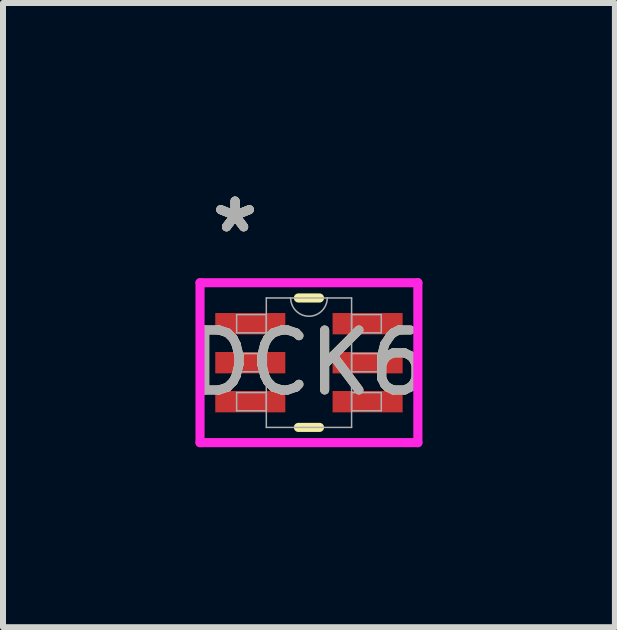
<source format=kicad_pcb>
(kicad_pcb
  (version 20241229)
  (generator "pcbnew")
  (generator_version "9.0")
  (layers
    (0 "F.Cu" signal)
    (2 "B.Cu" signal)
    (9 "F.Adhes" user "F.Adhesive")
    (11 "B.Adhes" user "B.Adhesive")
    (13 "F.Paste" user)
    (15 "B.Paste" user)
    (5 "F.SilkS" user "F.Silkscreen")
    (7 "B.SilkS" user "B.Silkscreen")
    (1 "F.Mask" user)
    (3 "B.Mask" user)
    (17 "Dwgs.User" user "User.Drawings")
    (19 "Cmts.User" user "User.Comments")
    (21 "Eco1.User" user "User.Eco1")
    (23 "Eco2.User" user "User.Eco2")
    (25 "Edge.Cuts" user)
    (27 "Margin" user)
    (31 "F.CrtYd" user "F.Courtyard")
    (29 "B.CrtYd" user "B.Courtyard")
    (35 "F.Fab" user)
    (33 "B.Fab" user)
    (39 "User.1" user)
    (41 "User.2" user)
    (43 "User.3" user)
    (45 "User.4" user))
  (footprint "DCK6"
    (layer "F.Cu")
    (at 2.101 2.997)
    (property "Reference" "DCK6" (at 0 0 0) (unlocked yes) (layer "F.SilkS") (effects (font (size 1 1) (thickness 0.15))))
    (attr smd)
    (fp_line (start -0.176 1.079) (end 0.176 1.079) (stroke (width 0.152) (type solid)) (layer "F.SilkS"))
    (fp_line (start 0.176 -1.079) (end -0.176 -1.079) (stroke (width 0.152) (type solid)) (layer "F.SilkS"))
    (fp_line (start -1.816 -1.333) (end 1.816 -1.333) (stroke (width 0.152) (type solid)) (layer "F.CrtYd"))
    (fp_line (start -1.816 1.333) (end -1.816 -1.333) (stroke (width 0.152) (type solid)) (layer "F.CrtYd"))
    (fp_line (start 1.816 -1.333) (end 1.816 1.333) (stroke (width 0.152) (type solid)) (layer "F.CrtYd"))
    (fp_line (start 1.816 1.333) (end -1.816 1.333) (stroke (width 0.152) (type solid)) (layer "F.CrtYd"))
    (fp_line (start -1.206 -0.802) (end -1.206 -0.498) (stroke (width 0.025) (type solid)) (layer "F.Fab"))
    (fp_line (start -1.206 -0.498) (end -0.711 -0.498) (stroke (width 0.025) (type solid)) (layer "F.Fab"))
    (fp_line (start -1.206 -0.152) (end -1.206 0.152) (stroke (width 0.025) (type solid)) (layer "F.Fab"))
    (fp_line (start -1.206 0.152) (end -0.711 0.152) (stroke (width 0.025) (type solid)) (layer "F.Fab"))
    (fp_line (start -1.206 0.498) (end -1.206 0.802) (stroke (width 0.025) (type solid)) (layer "F.Fab"))
    (fp_line (start -1.206 0.802) (end -0.711 0.802) (stroke (width 0.025) (type solid)) (layer "F.Fab"))
    (fp_line (start -0.711 -1.079) (end -0.711 1.079) (stroke (width 0.025) (type solid)) (layer "F.Fab"))
    (fp_line (start -0.711 -0.802) (end -1.206 -0.802) (stroke (width 0.025) (type solid)) (layer "F.Fab"))
    (fp_line (start -0.711 -0.498) (end -0.711 -0.802) (stroke (width 0.025) (type solid)) (layer "F.Fab"))
    (fp_line (start -0.711 -0.152) (end -1.206 -0.152) (stroke (width 0.025) (type solid)) (layer "F.Fab"))
    (fp_line (start -0.711 0.152) (end -0.711 -0.152) (stroke (width 0.025) (type solid)) (layer "F.Fab"))
    (fp_line (start -0.711 0.498) (end -1.206 0.498) (stroke (width 0.025) (type solid)) (layer "F.Fab"))
    (fp_line (start -0.711 0.802) (end -0.711 0.498) (stroke (width 0.025) (type solid)) (layer "F.Fab"))
    (fp_line (start -0.711 1.079) (end 0.711 1.079) (stroke (width 0.025) (type solid)) (layer "F.Fab"))
    (fp_line (start 0.711 -1.079) (end -0.711 -1.079) (stroke (width 0.025) (type solid)) (layer "F.Fab"))
    (fp_line (start 0.711 -0.802) (end 0.711 -0.498) (stroke (width 0.025) (type solid)) (layer "F.Fab"))
    (fp_line (start 0.711 -0.498) (end 1.206 -0.498) (stroke (width 0.025) (type solid)) (layer "F.Fab"))
    (fp_line (start 0.711 -0.152) (end 0.711 0.152) (stroke (width 0.025) (type solid)) (layer "F.Fab"))
    (fp_line (start 0.711 0.152) (end 1.206 0.152) (stroke (width 0.025) (type solid)) (layer "F.Fab"))
    (fp_line (start 0.711 0.498) (end 0.711 0.802) (stroke (width 0.025) (type solid)) (layer "F.Fab"))
    (fp_line (start 0.711 0.802) (end 1.206 0.802) (stroke (width 0.025) (type solid)) (layer "F.Fab"))
    (fp_line (start 0.711 1.079) (end 0.711 -1.079) (stroke (width 0.025) (type solid)) (layer "F.Fab"))
    (fp_line (start 1.206 -0.802) (end 0.711 -0.802) (stroke (width 0.025) (type solid)) (layer "F.Fab"))
    (fp_line (start 1.206 -0.498) (end 1.206 -0.802) (stroke (width 0.025) (type solid)) (layer "F.Fab"))
    (fp_line (start 1.206 -0.152) (end 0.711 -0.152) (stroke (width 0.025) (type solid)) (layer "F.Fab"))
    (fp_line (start 1.206 0.152) (end 1.206 -0.152) (stroke (width 0.025) (type solid)) (layer "F.Fab"))
    (fp_line (start 1.206 0.498) (end 0.711 0.498) (stroke (width 0.025) (type solid)) (layer "F.Fab"))
    (fp_line (start 1.206 0.802) (end 1.206 0.498) (stroke (width 0.025) (type solid)) (layer "F.Fab"))
    (fp_arc (start 0.3048 -1.0795) (mid 0 -0.7747) (end -0.3048 -1.0795) (stroke (width 0.0254) (type solid)) (layer "F.Fab"))
    (fp_text user "*" (at -1.232 -2.149 0) (layer "F.SilkS") (effects (font (size 1 1) (thickness 0.15))))
    (fp_text user "*" (at -1.232 -2.149 0) (unlocked yes) (layer "F.SilkS") (effects (font (size 1 1) (thickness 0.15))))
    (fp_text user "*" (at -1.232 -2.149 0) (layer "F.Fab") (effects (font (size 1 1) (thickness 0.15))))
    (fp_text user "*" (at -1.232 -2.149 0) (unlocked yes) (layer "F.Fab") (effects (font (size 1 1) (thickness 0.15))))
    (fp_text user "${REFERENCE}" (at 0 0 0) (unlocked yes) (layer "F.Fab") (effects (font (size 1 1) (thickness 0.15))))
    (pad "1" smd rect (at -0.978 -0.65) (size 1.168 0.356) (layers "F.Cu" "F.Mask" "F.Paste"))
    (pad "2" smd rect (at -0.978 0) (size 1.168 0.356) (layers "F.Cu" "F.Mask" "F.Paste"))
    (pad "3" smd rect (at -0.978 0.65) (size 1.168 0.356) (layers "F.Cu" "F.Mask" "F.Paste"))
    (pad "4" smd rect (at 0.978 0.65) (size 1.168 0.356) (layers "F.Cu" "F.Mask" "F.Paste"))
    (pad "5" smd rect (at 0.978 0) (size 1.168 0.356) (layers "F.Cu" "F.Mask" "F.Paste"))
    (pad "6" smd rect (at 0.978 -0.65) (size 1.168 0.356) (layers "F.Cu" "F.Mask" "F.Paste")))
  (gr_rect
    (start -3 -3)
    (end 7.202 7.407)
    (stroke (width 0.1) (type default))
    (fill no)
    (layer "Edge.Cuts")))
</source>
